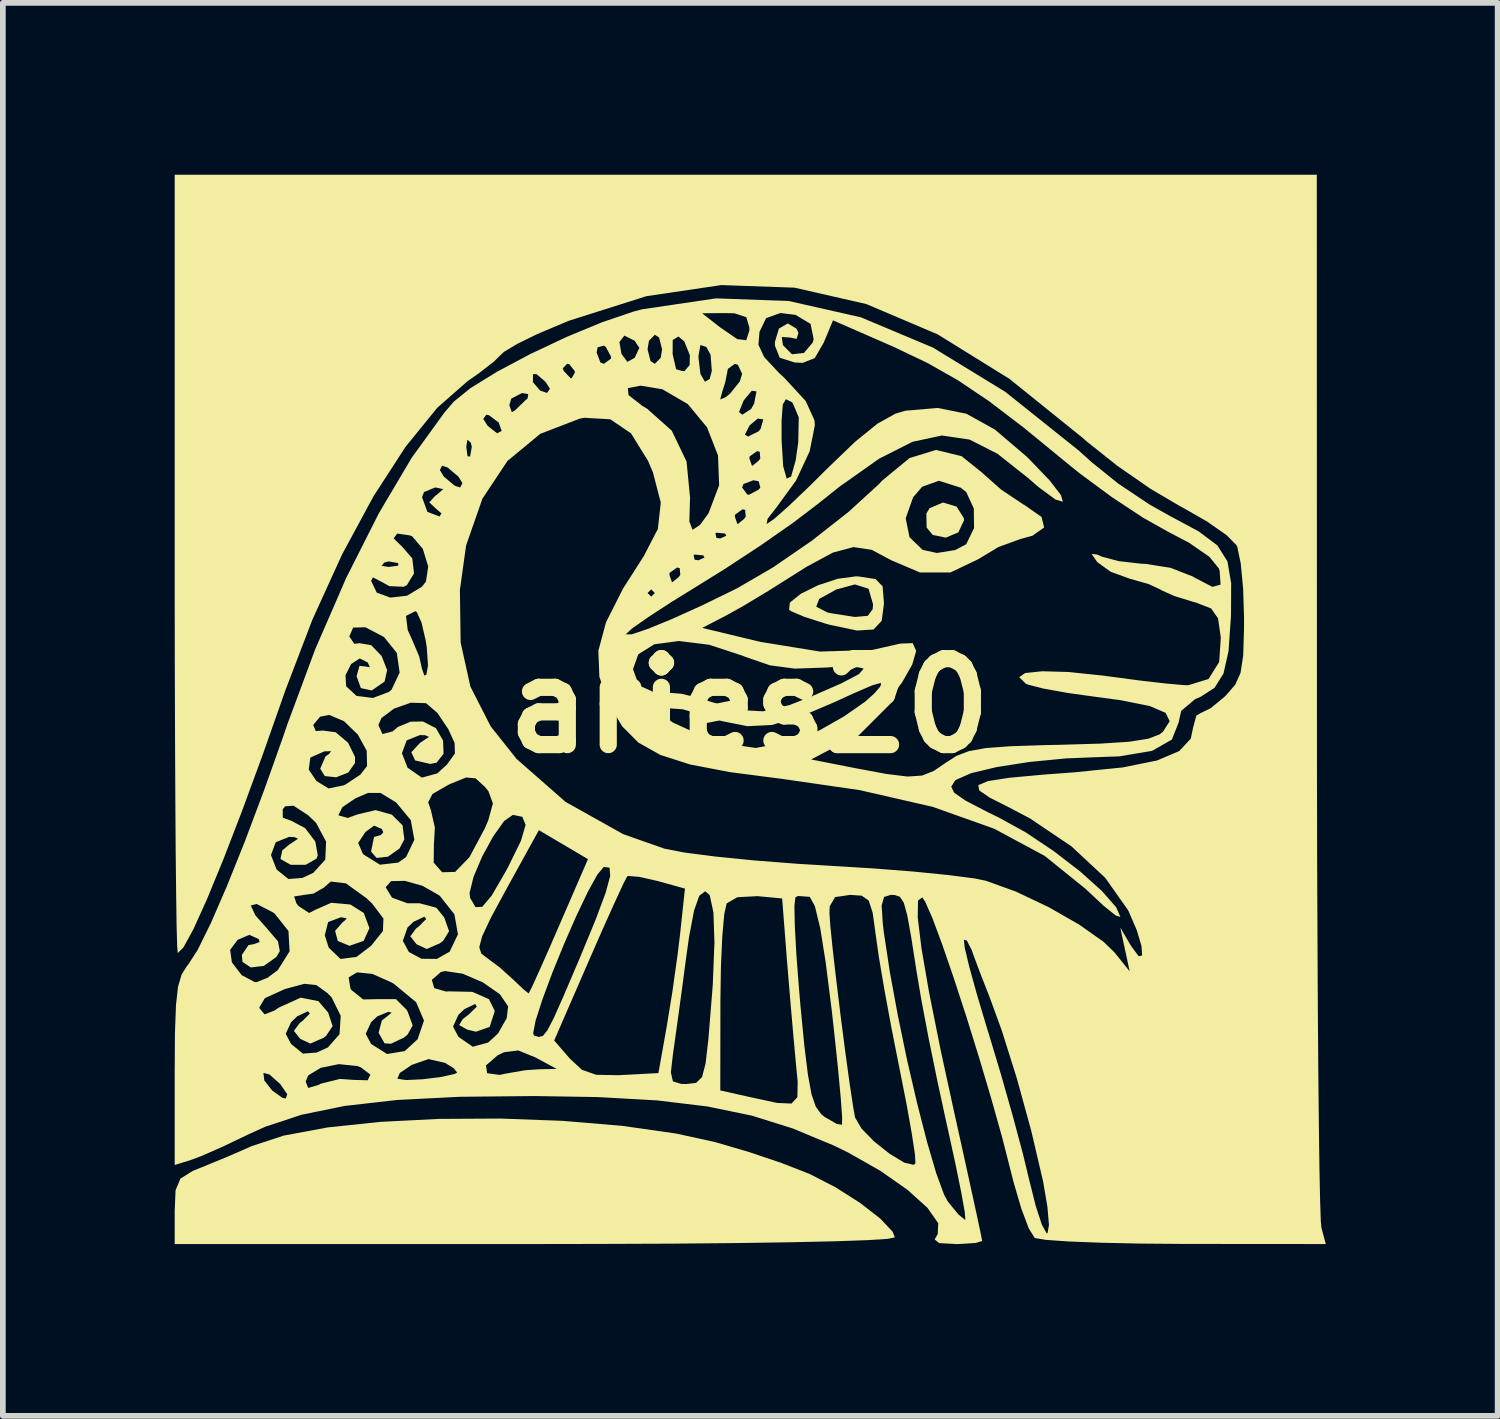
<source format=kicad_pcb>
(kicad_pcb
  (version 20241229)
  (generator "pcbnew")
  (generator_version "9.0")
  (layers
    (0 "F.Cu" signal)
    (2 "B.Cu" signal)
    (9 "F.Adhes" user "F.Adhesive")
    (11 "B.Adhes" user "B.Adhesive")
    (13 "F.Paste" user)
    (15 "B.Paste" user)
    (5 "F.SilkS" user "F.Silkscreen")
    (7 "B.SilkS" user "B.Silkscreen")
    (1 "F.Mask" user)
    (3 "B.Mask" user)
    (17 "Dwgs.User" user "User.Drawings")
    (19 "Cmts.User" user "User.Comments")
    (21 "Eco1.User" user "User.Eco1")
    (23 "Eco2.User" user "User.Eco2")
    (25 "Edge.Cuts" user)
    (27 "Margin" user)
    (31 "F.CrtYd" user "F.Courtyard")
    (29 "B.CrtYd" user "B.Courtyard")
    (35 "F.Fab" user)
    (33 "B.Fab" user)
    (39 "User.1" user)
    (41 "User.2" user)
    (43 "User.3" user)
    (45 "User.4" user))
  (footprint "aries20"
    (layer "F.Cu")
    (at 10.033 9.271)
    (property "Reference" "aries20" (at 0 0 0) (layer "F.SilkS") (effects (font (size 1.5 1.5) (thickness 0.3))))
    (attr board_only exclude_from_pos_files exclude_from_bom)
    (fp_poly (pts (xy 3.617 -3.477) (xy 3.744 -3.275) (xy 3.747 -3.237) (xy 3.648 -3.027) (xy 3.429 -2.935) (xy 3.201 -2.981) (xy 3.094 -3.111) (xy 3.09 -3.356) (xy 3.145 -3.449) (xy 3.38 -3.548)) (stroke (width 0) (type solid)) (fill yes) (layer "F.SilkS"))
    (fp_poly (pts (xy 1.905 -2.257) (xy 2.203 -2.212) (xy 2.326 -2.084) (xy 2.349 -1.791) (xy 2.349 -1.778) (xy 2.31 -1.482) (xy 2.167 -1.331) (xy 1.878 -1.313) (xy 1.403 -1.413) (xy 1.311 -1.439) (xy 0.965 -1.55) (xy 0.731 -1.649) (xy 0.693 -1.676) (xy 0.699 -1.729) (xy 1.167 -1.729) (xy 1.363 -1.628) (xy 1.429 -1.614) (xy 1.843 -1.55) (xy 2.067 -1.57) (xy 2.152 -1.684) (xy 2.159 -1.771) (xy 2.08 -2.043) (xy 1.842 -2.118) (xy 1.516 -2.029) (xy 1.219 -1.865) (xy 1.167 -1.729) (xy 0.699 -1.729) (xy 0.707 -1.801) (xy 0.898 -1.955) (xy 1.2 -2.104) (xy 1.544 -2.217) (xy 1.861 -2.259)) (stroke (width 0) (type solid)) (fill yes) (layer "F.SilkS"))
    (fp_poly (pts (xy -3.261 7.247) (xy -2.223 7.334) (xy -1.278 7.469) (xy -0.602 7.617) (xy -0.02 7.787) (xy 0.57 7.986) (xy 1.04 8.17) (xy 1.049 8.173) (xy 1.502 8.406) (xy 1.933 8.68) (xy 2.285 8.953) (xy 2.5 9.182) (xy 2.54 9.282) (xy 2.416 9.307) (xy 2.057 9.33) (xy 1.481 9.35) (xy 0.706 9.367) (xy -0.248 9.381) (xy -1.363 9.391) (xy -2.621 9.396) (xy -3.747 9.398) (xy -10.033 9.398) (xy -10.033 8.82) (xy -10.018 8.458) (xy -9.933 8.256) (xy -9.722 8.123) (xy -9.557 8.056) (xy -9.133 7.882) (xy -8.733 7.708) (xy -8.7 7.692) (xy -8.132 7.505) (xy -7.364 7.362) (xy -6.444 7.265) (xy -5.42 7.213) (xy -4.343 7.207)) (stroke (width 0) (type solid)) (fill yes) (layer "F.SilkS"))
    (fp_poly (pts (xy 9.908 -0.222) (xy 9.909 1.278) (xy 9.912 2.708) (xy 9.918 4.047) (xy 9.924 5.274) (xy 9.932 6.369) (xy 9.942 7.31) (xy 9.952 8.076) (xy 9.964 8.647) (xy 9.976 9.001) (xy 9.986 9.112) (xy 10.063 9.398) (xy 7.603 9.396) (xy 6.831 9.39) (xy 6.14 9.375) (xy 5.575 9.353) (xy 5.176 9.325) (xy 4.985 9.293) (xy 4.981 9.291) (xy 4.878 9.126) (xy 4.747 8.778) (xy 4.61 8.31) (xy 4.564 8.127) (xy 4.414 7.54) (xy 4.225 6.867) (xy 4.012 6.149) (xy 3.789 5.431) (xy 3.569 4.756) (xy 3.366 4.167) (xy 3.336 4.086) (xy 3.745 4.086) (xy 3.759 4.223) (xy 3.838 4.554) (xy 3.97 5.032) (xy 4.143 5.612) (xy 4.178 5.724) (xy 4.391 6.433) (xy 4.599 7.164) (xy 4.776 7.825) (xy 4.887 8.286) (xy 5 8.736) (xy 5.107 9.062) (xy 5.188 9.208) (xy 5.205 9.209) (xy 5.23 9.064) (xy 5.202 8.74) (xy 5.128 8.307) (xy 5.124 8.289) (xy 4.921 7.422) (xy 4.672 6.515) (xy 4.407 5.672) (xy 4.191 5.08) (xy 4.037 4.687) (xy 3.915 4.361) (xy 3.883 4.268) (xy 3.795 4.098) (xy 3.745 4.086) (xy 3.336 4.086) (xy 3.195 3.707) (xy 3.069 3.421) (xy 3.019 3.347) (xy 2.944 3.401) (xy 2.939 3.697) (xy 3.004 4.232) (xy 3.137 5.004) (xy 3.339 6.011) (xy 3.56 7.027) (xy 3.72 7.749) (xy 3.859 8.383) (xy 3.969 8.886) (xy 4.04 9.22) (xy 4.064 9.344) (xy 3.952 9.379) (xy 3.675 9.397) (xy 3.604 9.398) (xy 3.313 9.381) (xy 3.234 9.317) (xy 3.288 9.224) (xy 3.297 9.034) (xy 3.109 8.766) (xy 2.761 8.452) (xy 2.286 8.119) (xy 1.72 7.798) (xy 1.473 7.678) (xy 0.76 7.381) (xy 0.042 7.156) (xy -0.732 6.996) (xy -1.612 6.89) (xy -2.649 6.832) (xy -3.747 6.814) (xy -5.059 6.827) (xy -6.153 6.883) (xy -7.061 6.986) (xy -7.817 7.14) (xy -8.452 7.35) (xy -8.761 7.49) (xy -9.186 7.694) (xy -9.559 7.858) (xy -9.747 7.929) (xy -10.033 8.018) (xy -10.033 6.41) (xy -8.484 6.41) (xy -8.469 6.541) (xy -8.331 6.718) (xy -8.154 6.844) (xy -8.093 6.858) (xy -8.069 6.781) (xy -8.114 6.716) (xy -0.508 6.716) (xy 0.032 6.837) (xy 0.483 6.934) (xy 0.735 6.945) (xy 0.838 6.834) (xy 0.843 6.562) (xy 0.813 6.255) (xy 0.768 5.763) (xy 0.714 5.143) (xy 0.662 4.518) (xy 0.656 4.445) (xy 0.582 3.494) (xy 0.786 3.494) (xy 0.793 3.846) (xy 0.821 4.356) (xy 0.869 4.976) (xy 0.889 5.21) (xy 0.959 5.932) (xy 1.022 6.443) (xy 1.085 6.784) (xy 1.159 6.999) (xy 1.253 7.13) (xy 1.312 7.178) (xy 1.524 7.3) (xy 1.617 7.315) (xy 1.619 7.181) (xy 1.594 6.838) (xy 1.547 6.332) (xy 1.481 5.707) (xy 1.44 5.336) (xy 1.333 4.486) (xy 1.236 3.879) (xy 1.17 3.608) (xy 1.397 3.608) (xy 1.413 3.847) (xy 1.457 4.274) (xy 1.521 4.826) (xy 1.596 5.439) (xy 1.675 6.049) (xy 1.75 6.595) (xy 1.813 7.011) (xy 1.845 7.189) (xy 1.956 7.38) (xy 2.18 7.609) (xy 2.451 7.824) (xy 2.703 7.976) (xy 2.87 8.015) (xy 2.899 7.989) (xy 2.89 7.83) (xy 2.836 7.474) (xy 2.747 6.972) (xy 2.629 6.375) (xy 2.617 6.315) (xy 2.482 5.634) (xy 2.359 4.968) (xy 2.262 4.396) (xy 2.209 4.025) (xy 2.153 3.617) (xy 2.111 3.487) (xy 2.309 3.487) (xy 2.329 3.806) (xy 2.349 3.969) (xy 2.453 4.653) (xy 2.592 5.408) (xy 2.753 6.185) (xy 2.927 6.935) (xy 3.1 7.609) (xy 3.261 8.159) (xy 3.399 8.536) (xy 3.465 8.657) (xy 3.65 8.882) (xy 3.763 8.974) (xy 3.771 8.972) (xy 3.76 8.839) (xy 3.701 8.507) (xy 3.602 8.021) (xy 3.473 7.429) (xy 3.442 7.291) (xy 3.284 6.561) (xy 3.13 5.809) (xy 3.001 5.127) (xy 2.918 4.636) (xy 2.826 4.045) (xy 2.757 3.661) (xy 2.696 3.439) (xy 2.627 3.335) (xy 2.535 3.304) (xy 2.469 3.302) (xy 2.352 3.338) (xy 2.309 3.487) (xy 2.111 3.487) (xy 2.083 3.401) (xy 1.961 3.316) (xy 1.761 3.302) (xy 1.496 3.341) (xy 1.403 3.5) (xy 1.397 3.608) (xy 1.17 3.608) (xy 1.144 3.501) (xy 1.057 3.341) (xy 1.048 3.336) (xy 0.848 3.321) (xy 0.802 3.347) (xy 0.786 3.494) (xy 0.582 3.494) (xy 0.572 3.365) (xy 0.14 3.324) (xy -0.211 3.343) (xy -0.397 3.451) (xy -0.439 3.638) (xy -0.473 4.023) (xy -0.497 4.55) (xy -0.506 5.163) (xy -0.506 5.168) (xy -0.508 6.716) (xy -8.114 6.716) (xy -8.192 6.603) (xy -8.242 6.559) (xy -7.747 6.559) (xy -7.703 6.673) (xy -7.528 6.622) (xy -7.481 6.598) (xy -7.147 6.515) (xy -6.91 6.532) (xy -6.664 6.539) (xy -6.651 6.511) (xy -6.146 6.511) (xy -5.995 6.535) (xy -5.705 6.521) (xy -5.386 6.482) (xy -5.149 6.429) (xy -5.101 6.406) (xy -5.162 6.328) (xy -5.241 6.279) (xy -4.598 6.279) (xy -4.579 6.415) (xy -4.361 6.445) (xy -4.272 6.426) (xy -3.92 6.364) (xy -3.683 6.347) (xy -3.365 6.34) (xy -3.731 6.142) (xy -4.035 6.018) (xy -4.282 6.049) (xy -4.394 6.102) (xy -4.598 6.279) (xy -5.241 6.279) (xy -5.312 6.235) (xy -5.602 6.169) (xy -5.892 6.269) (xy -6.102 6.41) (xy -6.146 6.511) (xy -6.651 6.511) (xy -6.616 6.44) (xy -6.784 6.313) (xy -6.847 6.29) (xy -7.166 6.257) (xy -7.483 6.321) (xy -7.702 6.454) (xy -7.747 6.559) (xy -8.242 6.559) (xy -8.38 6.437) (xy -8.484 6.41) (xy -10.033 6.41) (xy -10.033 6.398) (xy -10.029 5.711) (xy -10.012 5.266) (xy -8.555 5.266) (xy -8.549 5.286) (xy -8.463 5.388) (xy -8.293 5.322) (xy -8.214 5.269) (xy -7.832 5.096) (xy -7.525 5.157) (xy -7.354 5.356) (xy -7.276 5.593) (xy -7.389 5.763) (xy -7.435 5.798) (xy -7.664 5.898) (xy -7.843 5.815) (xy -7.952 5.676) (xy -7.851 5.54) (xy -7.798 5.499) (xy -7.673 5.373) (xy -7.707 5.334) (xy -7.894 5.422) (xy -8.001 5.524) (xy -8.095 5.728) (xy -8.001 5.905) (xy -7.795 6.073) (xy -7.551 6.054) (xy -7.358 5.965) (xy -7.155 5.734) (xy -7.135 5.413) (xy -7.294 5.091) (xy -7.367 5.016) (xy -7.561 4.876) (xy -7.77 4.855) (xy -8.101 4.944) (xy -8.118 4.95) (xy -8.46 5.106) (xy -8.555 5.266) (xy -10.012 5.266) (xy -10.011 5.229) (xy -9.975 4.906) (xy -9.913 4.694) (xy -9.82 4.545) (xy -9.796 4.517) (xy -9.631 4.261) (xy -9.065 4.261) (xy -9.035 4.48) (xy -8.864 4.703) (xy -8.639 4.823) (xy -8.605 4.826) (xy -8.41 4.748) (xy -8.404 4.743) (xy -6.996 4.743) (xy -6.965 4.937) (xy -6.953 4.958) (xy -6.743 5.127) (xy -6.463 5.122) (xy -6.171 5.122) (xy -5.984 5.308) (xy -5.965 5.342) (xy -5.878 5.582) (xy -5.97 5.745) (xy -6.035 5.796) (xy -6.258 5.901) (xy -6.369 5.894) (xy -6.473 5.711) (xy -6.417 5.496) (xy -6.318 5.418) (xy -6.244 5.358) (xy -6.303 5.344) (xy -6.496 5.423) (xy -6.604 5.524) (xy -6.698 5.728) (xy -6.604 5.905) (xy -6.325 6.08) (xy -6.017 6.029) (xy -5.792 5.822) (xy -5.681 5.496) (xy -5.818 5.176) (xy -6.205 4.856) (xy -6.241 4.834) (xy -6.348 4.786) (xy -5.544 4.786) (xy -5.502 4.93) (xy -5.295 4.99) (xy -5.257 4.986) (xy -4.837 4.995) (xy -4.547 5.122) (xy -4.445 5.329) (xy -4.534 5.607) (xy -4.773 5.691) (xy -4.927 5.654) (xy -5.067 5.575) (xy -5.006 5.473) (xy -4.897 5.388) (xy -4.759 5.254) (xy -4.786 5.207) (xy -4.973 5.295) (xy -5.08 5.397) (xy -5.174 5.601) (xy -5.08 5.779) (xy -4.83 5.953) (xy -4.563 5.881) (xy -4.521 5.844) (xy -3.408 5.844) (xy -3.133 6.162) (xy -2.922 6.357) (xy -2.674 6.443) (xy -2.289 6.45) (xy -2.223 6.447) (xy -1.588 6.413) (xy -1.586 6.401) (xy -1.371 6.401) (xy -1.335 6.558) (xy -1.193 6.602) (xy -1.102 6.604) (xy -0.93 6.584) (xy -0.827 6.484) (xy -0.765 6.247) (xy -0.715 5.815) (xy -0.715 5.81) (xy -0.639 4.87) (xy -0.61 4.131) (xy -0.628 3.605) (xy -0.693 3.306) (xy -0.771 3.239) (xy -0.875 3.318) (xy -0.966 3.575) (xy -1.054 4.041) (xy -1.102 4.381) (xy -1.18 4.97) (xy -1.257 5.532) (xy -1.318 5.969) (xy -1.332 6.064) (xy -1.371 6.401) (xy -1.586 6.401) (xy -1.441 5.588) (xy -1.344 4.99) (xy -1.253 4.342) (xy -1.209 3.977) (xy -1.125 3.192) (xy -1.603 3.06) (xy -1.919 2.988) (xy -2.113 2.972) (xy -2.133 2.979) (xy -2.201 3.109) (xy -2.347 3.425) (xy -2.552 3.88) (xy -2.792 4.427) (xy -2.796 4.437) (xy -3.408 5.844) (xy -4.521 5.844) (xy -4.39 5.724) (xy -4.387 5.719) (xy -3.775 5.719) (xy -3.76 5.757) (xy -3.677 5.782) (xy -3.605 5.764) (xy -3.525 5.665) (xy -3.413 5.448) (xy -3.248 5.077) (xy -3.008 4.515) (xy -2.967 4.419) (xy -2.687 3.741) (xy -2.51 3.267) (xy -2.43 2.971) (xy -2.441 2.828) (xy -2.536 2.814) (xy -2.543 2.816) (xy -2.653 2.946) (xy -2.821 3.25) (xy -3.023 3.674) (xy -3.238 4.165) (xy -3.443 4.669) (xy -3.615 5.132) (xy -3.733 5.5) (xy -3.775 5.719) (xy -4.387 5.719) (xy -4.236 5.453) (xy -4.212 5.248) (xy -4.357 5.036) (xy -4.654 4.829) (xy -5.006 4.678) (xy -5.313 4.632) (xy -5.386 4.649) (xy -5.544 4.786) (xy -6.348 4.786) (xy -6.581 4.682) (xy -6.85 4.655) (xy -6.996 4.743) (xy -8.404 4.743) (xy -8.233 4.616) (xy -8.027 4.287) (xy -8.047 3.933) (xy -8.288 3.629) (xy -8.322 3.605) (xy -8.601 3.461) (xy -8.705 3.487) (xy -8.624 3.66) (xy -8.442 3.865) (xy -8.23 4.113) (xy -8.198 4.284) (xy -8.259 4.387) (xy -8.477 4.542) (xy -8.704 4.569) (xy -8.85 4.472) (xy -8.86 4.35) (xy -8.745 4.179) (xy -8.651 4.162) (xy -8.55 4.125) (xy -8.567 4.073) (xy -8.729 4) (xy -8.935 4.087) (xy -9.065 4.261) (xy -9.631 4.261) (xy -9.629 4.256) (xy -9.399 3.789) (xy -9.2 3.33) (xy -7.949 3.33) (xy -7.906 3.453) (xy -7.87 3.498) (xy -7.686 3.618) (xy -7.575 3.561) (xy -7.299 3.44) (xy -6.966 3.47) (xy -6.732 3.618) (xy -6.633 3.883) (xy -6.734 4.105) (xy -6.981 4.191) (xy -7.186 4.107) (xy -7.233 3.93) (xy -7.095 3.773) (xy -7.08 3.767) (xy -7.028 3.711) (xy -7.133 3.693) (xy -7.354 3.776) (xy -7.413 4.007) (xy -7.344 4.223) (xy -7.138 4.421) (xy -6.859 4.385) (xy -6.604 4.191) (xy -6.398 3.933) (xy -6.389 3.714) (xy -6.584 3.457) (xy -6.686 3.359) (xy -6.951 3.168) (xy -6.35 3.168) (xy -6.24 3.35) (xy -5.968 3.449) (xy -5.755 3.449) (xy -5.465 3.526) (xy -5.327 3.697) (xy -5.243 3.936) (xy -5.344 4.101) (xy -5.403 4.147) (xy -5.632 4.247) (xy -5.811 4.164) (xy -5.92 4.025) (xy -5.819 3.889) (xy -5.766 3.848) (xy -5.641 3.722) (xy -5.675 3.683) (xy -5.862 3.771) (xy -5.969 3.873) (xy -6.05 4.104) (xy -5.945 4.299) (xy -5.724 4.417) (xy -5.456 4.42) (xy -5.232 4.293) (xy -5.196 4.216) (xy -4.716 4.216) (xy -4.68 4.327) (xy -4.611 4.381) (xy -4.36 4.567) (xy -4.136 4.769) (xy -3.942 4.953) (xy -3.853 5.023) (xy -3.797 4.912) (xy -3.663 4.617) (xy -3.473 4.188) (xy -3.325 3.847) (xy -2.818 2.678) (xy -3.247 2.425) (xy -3.675 2.172) (xy -4.249 3.213) (xy -4.515 3.705) (xy -4.665 4.024) (xy -4.716 4.216) (xy -5.196 4.216) (xy -5.088 3.991) (xy -5.15 3.641) (xy -5.403 3.321) (xy -5.415 3.311) (xy -5.491 3.267) (xy -4.885 3.267) (xy -4.877 3.353) (xy -4.781 3.516) (xy -4.664 3.51) (xy -4.499 3.315) (xy -4.264 2.91) (xy -4.211 2.813) (xy -3.988 2.358) (xy -3.907 2.079) (xy -3.964 1.939) (xy -4.128 1.905) (xy -4.281 2.012) (xy -4.473 2.281) (xy -4.665 2.632) (xy -4.816 2.988) (xy -4.885 3.267) (xy -5.491 3.267) (xy -5.707 3.144) (xy -6.014 3.057) (xy -6.255 3.062) (xy -6.35 3.168) (xy -6.951 3.168) (xy -7.043 3.101) (xy -7.308 3.069) (xy -7.429 3.175) (xy -7.608 3.279) (xy -7.77 3.302) (xy -7.949 3.33) (xy -9.2 3.33) (xy -9.121 3.148) (xy -8.904 2.607) (xy -8.352 2.607) (xy -8.254 2.859) (xy -8.048 3.025) (xy -7.803 3.006) (xy -7.612 2.917) (xy -7.404 2.686) (xy -7.39 2.372) (xy -7.564 2.046) (xy -7.705 1.91) (xy -7.711 1.907) (xy -7.173 1.907) (xy -7.169 1.915) (xy -7.01 1.959) (xy -6.845 1.898) (xy -6.526 1.822) (xy -6.242 1.901) (xy -6.055 2.088) (xy -6.024 2.333) (xy -6.109 2.493) (xy -6.309 2.635) (xy -6.508 2.657) (xy -6.604 2.548) (xy -6.604 2.54) (xy -6.553 2.292) (xy -6.436 2.257) (xy -6.391 2.21) (xy -6.419 2.15) (xy -6.552 2.093) (xy -6.703 2.204) (xy -6.83 2.395) (xy -6.749 2.582) (xy -6.736 2.597) (xy -6.45 2.775) (xy -6.132 2.739) (xy -5.994 2.642) (xy -5.849 2.34) (xy -5.912 1.996) (xy -6.166 1.69) (xy -6.173 1.685) (xy -5.608 1.685) (xy -5.56 1.825) (xy -5.491 2.125) (xy -5.508 2.424) (xy -5.511 2.739) (xy -5.364 2.907) (xy -5.137 2.901) (xy -4.888 2.645) (xy -4.619 2.141) (xy -4.558 1.998) (xy -4.478 1.706) (xy -4.557 1.49) (xy -4.622 1.412) (xy -4.781 1.267) (xy -4.946 1.253) (xy -5.22 1.364) (xy -5.259 1.383) (xy -5.533 1.541) (xy -5.608 1.685) (xy -6.173 1.685) (xy -6.179 1.681) (xy -6.441 1.522) (xy -6.659 1.522) (xy -6.879 1.617) (xy -7.107 1.772) (xy -7.173 1.907) (xy -7.711 1.907) (xy -7.959 1.745) (xy -8.105 1.756) (xy -8.147 1.806) (xy -8.146 1.954) (xy -7.997 2.009) (xy -7.755 2.137) (xy -7.578 2.372) (xy -7.535 2.612) (xy -7.558 2.67) (xy -7.746 2.777) (xy -8.008 2.777) (xy -8.187 2.675) (xy -8.154 2.525) (xy -8.035 2.425) (xy -7.879 2.322) (xy -7.945 2.293) (xy -8.037 2.29) (xy -8.269 2.383) (xy -8.352 2.607) (xy -8.904 2.607) (xy -8.808 2.368) (xy -8.476 1.484) (xy -8.344 1.115) (xy -7.693 1.115) (xy -7.558 1.314) (xy -7.347 1.444) (xy -7.085 1.39) (xy -7.051 1.375) (xy -6.793 1.204) (xy -6.675 1.053) (xy -6.681 0.786) (xy -6.836 0.503) (xy -7.007 0.338) (xy -6.477 0.338) (xy -6.406 0.494) (xy -6.227 0.448) (xy -6.136 0.37) (xy -5.912 0.278) (xy -5.698 0.275) (xy -5.472 0.392) (xy -5.348 0.608) (xy -5.339 0.838) (xy -5.46 0.993) (xy -5.572 1.016) (xy -5.835 0.955) (xy -5.902 0.812) (xy -5.749 0.647) (xy -5.593 0.544) (xy -5.659 0.515) (xy -5.751 0.512) (xy -5.983 0.605) (xy -6.066 0.829) (xy -5.968 1.081) (xy -5.718 1.255) (xy -5.449 1.181) (xy -5.281 1.028) (xy -5.142 0.836) (xy -5.146 0.65) (xy -5.257 0.408) (xy -5.448 0.124) (xy -5.642 -0.042) (xy -5.648 -0.045) (xy -5.91 -0.053) (xy -6.204 0.05) (xy -6.424 0.215) (xy -6.477 0.338) (xy -7.007 0.338) (xy -7.076 0.271) (xy -7.335 0.16) (xy -7.496 0.192) (xy -7.615 0.336) (xy -7.57 0.442) (xy -7.446 0.433) (xy -7.222 0.463) (xy -7.006 0.646) (xy -6.885 0.893) (xy -6.885 1) (xy -7.004 1.167) (xy -7.214 1.249) (xy -7.412 1.228) (xy -7.493 1.099) (xy -7.4 0.885) (xy -7.334 0.838) (xy -7.303 0.793) (xy -7.419 0.796) (xy -7.665 0.905) (xy -7.693 1.115) (xy -8.344 1.115) (xy -8.137 0.531) (xy -8.064 0.318) (xy -7.748 -0.533) (xy -7.051 -0.533) (xy -7.04 -0.34) (xy -6.859 -0.172) (xy -6.572 -0.136) (xy -6.293 -0.241) (xy -6.248 -0.279) (xy -6.106 -0.579) (xy -6.155 -0.922) (xy -6.378 -1.199) (xy -6.704 -1.37) (xy -6.918 -1.364) (xy -6.985 -1.21) (xy -6.898 -1.081) (xy -6.808 -1.092) (xy -6.603 -1.058) (xy -6.421 -0.869) (xy -6.324 -0.622) (xy -6.369 -0.421) (xy -6.593 -0.267) (xy -6.783 -0.308) (xy -6.858 -0.515) (xy -6.807 -0.696) (xy -6.711 -0.686) (xy -6.625 -0.671) (xy -6.663 -0.755) (xy -6.802 -0.826) (xy -6.953 -0.728) (xy -7.051 -0.533) (xy -7.748 -0.533) (xy -7.58 -0.987) (xy -7.327 -1.568) (xy -5.995 -1.568) (xy -5.965 -1.321) (xy -5.894 -1.166) (xy -5.765 -0.862) (xy -5.716 -0.646) (xy -5.675 -0.527) (xy -5.639 -0.542) (xy -5.611 -0.704) (xy -5.632 -1.016) (xy -5.65 -1.134) (xy -5.725 -1.455) (xy -5.807 -1.636) (xy -5.832 -1.651) (xy -5.995 -1.568) (xy -7.327 -1.568) (xy -7.061 -2.181) (xy -6.604 -2.181) (xy -6.506 -1.975) (xy -6.268 -1.888) (xy -5.977 -1.921) (xy -5.719 -2.076) (xy -5.647 -2.167) (xy -5.607 -2.432) (xy -5.702 -2.74) (xy -5.886 -2.956) (xy -5.923 -2.973) (xy -6.149 -3.006) (xy -6.211 -2.921) (xy -6.064 -2.779) (xy -6.063 -2.778) (xy -5.885 -2.572) (xy -5.855 -2.311) (xy -5.979 -2.106) (xy -6.034 -2.077) (xy -6.285 -2.088) (xy -6.415 -2.16) (xy -6.573 -2.241) (xy -6.604 -2.181) (xy -7.061 -2.181) (xy -7.042 -2.226) (xy -6.932 -2.443) (xy -6.422 -2.443) (xy -6.297 -2.423) (xy -6.132 -2.446) (xy -6.13 -2.49) (xy -6.3 -2.52) (xy -6.374 -2.5) (xy -6.422 -2.443) (xy -6.932 -2.443) (xy -6.471 -3.356) (xy -6.303 -3.641) (xy -5.715 -3.641) (xy -5.621 -3.384) (xy -5.408 -3.304) (xy -5.376 -3.358) (xy -5.461 -3.431) (xy -5.588 -3.55) (xy -5.486 -3.664) (xy -5.461 -3.681) (xy -5.344 -3.781) (xy -5.463 -3.808) (xy -5.493 -3.808) (xy -5.681 -3.73) (xy -5.715 -3.641) (xy -6.303 -3.641) (xy -6.022 -4.115) (xy -5.404 -4.115) (xy -5.334 -4) (xy -5.143 -3.84) (xy -5.049 -3.81) (xy -5.01 -3.886) (xy -5.08 -4) (xy -5.271 -4.161) (xy -5.365 -4.191) (xy -5.404 -4.115) (xy -6.022 -4.115) (xy -5.891 -4.336) (xy -5.758 -4.519) (xy -4.943 -4.519) (xy -4.92 -4.354) (xy -4.876 -4.352) (xy -4.846 -4.522) (xy -4.866 -4.596) (xy -4.923 -4.644) (xy -4.943 -4.519) (xy -5.758 -4.519) (xy -5.405 -5.007) (xy -4.646 -5.007) (xy -4.569 -4.886) (xy -4.404 -4.757) (xy -4.325 -4.797) (xy -4.376 -4.945) (xy -4.549 -5.073) (xy -4.595 -5.08) (xy -4.646 -5.007) (xy -5.405 -5.007) (xy -5.323 -5.12) (xy -5.212 -5.249) (xy -4.191 -5.249) (xy -4.148 -5.125) (xy -4.096 -5.153) (xy -3.904 -5.339) (xy -3.873 -5.362) (xy -3.861 -5.441) (xy -3.969 -5.459) (xy -4.157 -5.362) (xy -4.191 -5.249) (xy -5.212 -5.249) (xy -5.162 -5.308) (xy -4.871 -5.544) (xy -4.701 -5.649) (xy -3.78 -5.649) (xy -3.652 -5.502) (xy -3.533 -5.461) (xy -3.482 -5.534) (xy -3.489 -5.545) (xy -2.122 -5.545) (xy -2.11 -5.423) (xy -1.867 -5.234) (xy -1.786 -5.186) (xy -1.355 -4.802) (xy -1.097 -4.264) (xy -1.035 -3.626) (xy -1.037 -3.604) (xy -1.048 -3.217) (xy -0.992 -3.071) (xy -0.861 -3.158) (xy -0.756 -3.302) (xy -0.254 -3.302) (xy -0.211 -3.178) (xy -0.198 -3.175) (xy -0.09 -3.264) (xy -0.064 -3.302) (xy -0.074 -3.419) (xy -0.12 -3.429) (xy -0.249 -3.337) (xy -0.254 -3.302) (xy -0.756 -3.302) (xy -0.713 -3.361) (xy -0.543 -3.81) (xy -0.127 -3.81) (xy -0.036 -3.687) (xy -0.007 -3.683) (xy 0.165 -3.775) (xy 0.191 -3.81) (xy 0.162 -3.919) (xy 0.071 -3.937) (xy -0.103 -3.871) (xy -0.127 -3.81) (xy -0.543 -3.81) (xy -0.528 -3.85) (xy -0.546 -4.318) (xy 0 -4.318) (xy 0.043 -4.194) (xy 0.056 -4.191) (xy 0.164 -4.28) (xy 0.191 -4.318) (xy 0.18 -4.435) (xy 0.134 -4.445) (xy 0.005 -4.353) (xy 0 -4.318) (xy -0.546 -4.318) (xy -0.548 -4.369) (xy -0.653 -4.639) (xy 0.562 -4.639) (xy 0.59 -4.18) (xy 0.651 -3.966) (xy 0.728 -4) (xy 0.808 -4.283) (xy 0.853 -4.598) (xy 0.862 -5.034) (xy 0.758 -5.282) (xy 0.735 -5.304) (xy 0.637 -5.351) (xy 0.583 -5.259) (xy 0.562 -4.986) (xy 0.562 -4.639) (xy -0.653 -4.639) (xy -0.69 -4.733) (xy -0.079 -4.733) (xy -0.023 -4.699) (xy 0.163 -4.792) (xy 0.196 -4.834) (xy 0.243 -5) (xy 0.145 -5.013) (xy 0.003 -4.893) (xy -0.079 -4.733) (xy -0.69 -4.733) (xy -0.74 -4.861) (xy -0.961 -5.128) (xy -0.181 -5.128) (xy -0.124 -5.08) (xy 0.031 -5.182) (xy 0.083 -5.276) (xy 0.124 -5.488) (xy 0.041 -5.499) (xy -0.101 -5.328) (xy -0.181 -5.128) (xy -0.961 -5.128) (xy -1.074 -5.266) (xy -1.213 -5.347) (xy -0.51 -5.347) (xy -0.416 -5.386) (xy -0.341 -5.445) (xy -0.167 -5.661) (xy -0.127 -5.794) (xy -0.201 -5.953) (xy -0.254 -5.969) (xy -0.377 -5.88) (xy -0.381 -5.852) (xy -0.422 -5.644) (xy -0.468 -5.503) (xy -0.51 -5.347) (xy -1.213 -5.347) (xy -1.519 -5.525) (xy -1.899 -5.588) (xy -2.122 -5.545) (xy -3.489 -5.545) (xy -3.559 -5.655) (xy -3.714 -5.788) (xy -3.777 -5.79) (xy -3.78 -5.649) (xy -4.701 -5.649) (xy -4.403 -5.833) (xy -4.293 -5.891) (xy -3.258 -5.891) (xy -3.239 -5.842) (xy -3.124 -5.721) (xy -3.104 -5.715) (xy -3.049 -5.813) (xy -3.048 -5.842) (xy -3.146 -5.964) (xy -3.182 -5.969) (xy -3.258 -5.891) (xy -4.293 -5.891) (xy -3.821 -6.142) (xy -3.767 -6.167) (xy -2.667 -6.167) (xy -2.601 -5.993) (xy -2.54 -5.969) (xy -2.417 -6.06) (xy -2.413 -6.089) (xy -2.505 -6.261) (xy -2.54 -6.287) (xy -2.649 -6.258) (xy -2.667 -6.167) (xy -3.767 -6.167) (xy -3.377 -6.351) (xy -2.269 -6.351) (xy -2.234 -6.144) (xy -2.13 -6.003) (xy -2.002 -6.075) (xy -1.933 -6.223) (xy -1.778 -6.223) (xy -1.725 -6.017) (xy -1.651 -5.969) (xy -1.548 -6.075) (xy -1.538 -6.137) (xy -1.34 -6.137) (xy -1.279 -5.874) (xy -1.169 -5.843) (xy -1.134 -5.842) (xy -1.043 -5.947) (xy -1.04 -6.079) (xy -0.889 -6.079) (xy -0.855 -5.794) (xy -0.777 -5.656) (xy -0.694 -5.703) (xy -0.656 -5.845) (xy -0.678 -6.128) (xy -0.751 -6.263) (xy -0.855 -6.298) (xy -0.889 -6.106) (xy -0.889 -6.079) (xy -1.04 -6.079) (xy -1.039 -6.118) (xy -1.136 -6.361) (xy -1.239 -6.446) (xy -1.339 -6.385) (xy -1.34 -6.137) (xy -1.538 -6.137) (xy -1.524 -6.223) (xy -1.577 -6.429) (xy -1.651 -6.477) (xy -1.754 -6.371) (xy -1.778 -6.223) (xy -1.933 -6.223) (xy -1.921 -6.248) (xy -2.004 -6.373) (xy -2.182 -6.462) (xy -2.269 -6.351) (xy -3.377 -6.351) (xy -3.188 -6.44) (xy -2.567 -6.697) (xy -2.11 -6.852) (xy -0.826 -6.852) (xy -0.508 -6.604) (xy -0.212 -6.401) (xy -0.055 -6.381) (xy -0.001 -6.547) (xy 0 -6.604) (xy -0.054 -6.784) (xy -0.259 -6.851) (xy -0.413 -6.855) (xy -0.826 -6.852) (xy -2.11 -6.852) (xy -2.023 -6.882) (xy -1.874 -6.921) (xy -0.582 -7.112) (xy 0.688 -7.066) (xy 1.947 -6.781) (xy 3.204 -6.253) (xy 4.468 -5.48) (xy 5.748 -4.457) (xy 5.985 -4.244) (xy 6.439 -3.879) (xy 6.981 -3.516) (xy 7.326 -3.322) (xy 7.844 -3.044) (xy 8.171 -2.799) (xy 8.346 -2.52) (xy 8.411 -2.138) (xy 8.408 -1.586) (xy 8.406 -1.543) (xy 8.365 -0.953) (xy 8.277 -0.562) (xy 8.121 -0.313) (xy 7.871 -0.152) (xy 7.784 -0.117) (xy 7.539 0.089) (xy 7.493 0.294) (xy 7.376 0.591) (xy 7.03 0.788) (xy 6.458 0.884) (xy 6.185 0.893) (xy 5.534 0.919) (xy 4.892 0.981) (xy 4.316 1.071) (xy 3.868 1.178) (xy 3.607 1.294) (xy 3.59 1.308) (xy 3.524 1.412) (xy 3.574 1.518) (xy 3.773 1.656) (xy 4.158 1.856) (xy 4.359 1.954) (xy 4.828 2.213) (xy 5.315 2.539) (xy 5.773 2.892) (xy 6.151 3.231) (xy 6.402 3.516) (xy 6.477 3.687) (xy 6.396 3.662) (xy 6.184 3.492) (xy 5.885 3.212) (xy 5.874 3.201) (xy 5.158 2.623) (xy 4.274 2.147) (xy 3.203 1.766) (xy 1.925 1.473) (xy 0.572 1.277) (xy -0.34 1.159) (xy -1.037 1.025) (xy -1.556 0.858) (xy -1.938 0.643) (xy -2.219 0.361) (xy -2.377 0.099) (xy -1.529 0.099) (xy -1.441 0.223) (xy -1.332 0.295) (xy -0.59 0.635) (xy 0.112 0.737) (xy 0.816 0.604) (xy 1.231 0.426) (xy 1.654 0.185) (xy 2.022 -0.072) (xy 2.179 -0.212) (xy 2.297 -0.349) (xy 2.295 -0.399) (xy 2.144 -0.356) (xy 1.813 -0.213) (xy 1.494 -0.067) (xy 0.874 0.198) (xy 0.39 0.336) (xy -0.036 0.357) (xy -0.483 0.268) (xy -0.791 0.167) (xy -1.165 0.062) (xy -1.424 0.043) (xy -1.529 0.099) (xy -2.377 0.099) (xy -2.439 -0.004) (xy -2.46 -0.047) (xy -2.619 -0.505) (xy -2.624 -0.638) (xy -2.032 -0.638) (xy -1.929 -0.355) (xy -1.647 -0.228) (xy -1.46 -0.231) (xy -1.183 -0.209) (xy -0.806 -0.114) (xy -0.699 -0.077) (xy -0.192 0.074) (xy 0.236 0.097) (xy 0.697 -0.011) (xy 1.056 -0.15) (xy 1.602 -0.389) (xy 1.913 -0.552) (xy 1.995 -0.649) (xy 1.851 -0.688) (xy 1.488 -0.678) (xy 1.345 -0.667) (xy 0.791 -0.648) (xy 0.357 -0.706) (xy -0.086 -0.859) (xy -0.115 -0.872) (xy -0.703 -1.065) (xy -1.232 -1.13) (xy -1.659 -1.073) (xy -1.94 -0.898) (xy -2.032 -0.638) (xy -2.624 -0.638) (xy -2.637 -0.959) (xy -2.56 -1.246) (xy -2.159 -1.246) (xy -2.053 -1.247) (xy -1.766 -1.344) (xy -1.343 -1.518) (xy -0.83 -1.75) (xy -0.272 -2.022) (xy -0.208 -2.054) (xy 0.412 -2.415) (xy 1.09 -2.881) (xy 1.588 -3.272) (xy 2.729 -3.272) (xy 2.795 -2.943) (xy 3.025 -2.721) (xy 3.273 -2.667) (xy 3.592 -2.718) (xy 3.785 -2.819) (xy 3.922 -3.101) (xy 3.918 -3.444) (xy 3.786 -3.73) (xy 3.691 -3.806) (xy 3.31 -3.928) (xy 3.016 -3.823) (xy 2.857 -3.637) (xy 2.729 -3.272) (xy 1.588 -3.272) (xy 1.734 -3.387) (xy 2.255 -3.863) (xy 2.319 -3.931) (xy 2.796 -4.324) (xy 3.259 -4.466) (xy 3.704 -4.357) (xy 4.046 -4.083) (xy 4.397 -3.772) (xy 4.784 -3.514) (xy 4.804 -3.504) (xy 5.101 -3.295) (xy 5.146 -3.112) (xy 4.941 -2.968) (xy 4.733 -2.911) (xy 4.348 -2.771) (xy 3.995 -2.558) (xy 3.511 -2.327) (xy 2.977 -2.327) (xy 2.477 -2.54) (xy 2.136 -2.722) (xy 1.818 -2.77) (xy 1.459 -2.674) (xy 0.995 -2.424) (xy 0.785 -2.291) (xy 0.33 -2.005) (xy -0.103 -1.744) (xy -0.408 -1.574) (xy -0.823 -1.359) (xy 0.192 -1.115) (xy 1.233 -0.946) (xy 2.144 -0.974) (xy 2.635 -1.085) (xy 2.851 -1.093) (xy 2.912 -0.958) (xy 2.842 -0.717) (xy 2.665 -0.406) (xy 2.405 -0.064) (xy 2.086 0.273) (xy 1.732 0.567) (xy 1.467 0.733) (xy 1.079 0.938) (xy 1.841 1.088) (xy 2.392 1.191) (xy 2.761 1.236) (xy 3.015 1.219) (xy 3.221 1.137) (xy 3.435 0.991) (xy 3.62 0.873) (xy 3.834 0.792) (xy 4.127 0.739) (xy 4.554 0.707) (xy 5.165 0.687) (xy 5.418 0.682) (xy 6.133 0.661) (xy 6.634 0.628) (xy 6.963 0.576) (xy 7.16 0.501) (xy 7.221 0.453) (xy 7.338 0.27) (xy 7.267 0.124) (xy 6.989 0.005) (xy 6.486 -0.096) (xy 6.078 -0.151) (xy 5.565 -0.222) (xy 5.137 -0.299) (xy 4.866 -0.368) (xy 4.826 -0.385) (xy 4.71 -0.498) (xy 4.815 -0.571) (xy 5.113 -0.602) (xy 5.573 -0.589) (xy 6.167 -0.527) (xy 6.273 -0.513) (xy 6.812 -0.441) (xy 7.274 -0.388) (xy 7.588 -0.36) (xy 7.662 -0.358) (xy 8.016 -0.467) (xy 8.202 -0.764) (xy 8.23 -1.188) (xy 8.182 -1.525) (xy 8.06 -1.699) (xy 7.793 -1.802) (xy 7.747 -1.814) (xy 7.415 -1.917) (xy 7.19 -2.018) (xy 7.176 -2.029) (xy 6.969 -2.125) (xy 6.649 -2.215) (xy 6.645 -2.216) (xy 6.307 -2.339) (xy 6.073 -2.508) (xy 5.975 -2.651) (xy 6.069 -2.64) (xy 6.16 -2.601) (xy 6.452 -2.524) (xy 6.847 -2.479) (xy 6.921 -2.476) (xy 7.353 -2.408) (xy 7.742 -2.256) (xy 7.783 -2.231) (xy 8.085 -2.075) (xy 8.226 -2.115) (xy 8.21 -2.352) (xy 8.196 -2.397) (xy 8.032 -2.599) (xy 7.68 -2.843) (xy 7.328 -3.028) (xy 6.876 -3.281) (xy 6.326 -3.644) (xy 5.768 -4.056) (xy 5.524 -4.253) (xy 4.79 -4.855) (xy 4.181 -5.319) (xy 3.641 -5.682) (xy 3.113 -5.982) (xy 2.539 -6.256) (xy 2.417 -6.31) (xy 1.46 -6.728) (xy 1.298 -6.34) (xy 1.141 -6.069) (xy 0.93 -5.986) (xy 0.79 -5.993) (xy 0.53 -6.075) (xy 0.446 -6.285) (xy 0.445 -6.35) (xy 0.516 -6.585) (xy 0.671 -6.674) (xy 0.823 -6.582) (xy 0.857 -6.509) (xy 0.824 -6.405) (xy 0.708 -6.428) (xy 0.565 -6.438) (xy 0.586 -6.294) (xy 0.744 -6.136) (xy 0.952 -6.159) (xy 1.106 -6.341) (xy 1.122 -6.4) (xy 1.068 -6.666) (xy 0.806 -6.824) (xy 0.542 -6.856) (xy 0.292 -6.767) (xy 0.176 -6.527) (xy 0.158 -6.302) (xy 0.258 -6.088) (xy 0.514 -5.813) (xy 0.618 -5.716) (xy 0.984 -5.319) (xy 1.136 -4.983) (xy 1.143 -4.898) (xy 1.053 -4.444) (xy 0.814 -3.931) (xy 0.474 -3.464) (xy 0.471 -3.461) (xy 0.318 -3.264) (xy 0.301 -3.175) (xy 0.306 -3.175) (xy 0.43 -3.26) (xy 0.689 -3.489) (xy 1.042 -3.826) (xy 1.339 -4.121) (xy 1.845 -4.608) (xy 2.236 -4.925) (xy 2.552 -5.1) (xy 2.725 -5.151) (xy 3.289 -5.199) (xy 3.789 -5.098) (xy 4.286 -4.822) (xy 4.84 -4.35) (xy 4.881 -4.31) (xy 5.242 -3.934) (xy 5.439 -3.678) (xy 5.473 -3.561) (xy 5.346 -3.599) (xy 5.059 -3.809) (xy 4.858 -3.982) (xy 4.33 -4.4) (xy 3.843 -4.647) (xy 3.361 -4.718) (xy 2.848 -4.608) (xy 2.265 -4.313) (xy 1.578 -3.828) (xy 1.189 -3.518) (xy 0.763 -3.194) (xy 0.2 -2.801) (xy -0.418 -2.395) (xy -0.857 -2.122) (xy -1.362 -1.81) (xy -1.775 -1.541) (xy -2.055 -1.344) (xy -2.159 -1.247) (xy -2.159 -1.246) (xy -2.56 -1.246) (xy -2.503 -1.457) (xy -2.245 -1.968) (xy -1.778 -1.968) (xy -1.714 -1.905) (xy -1.651 -1.968) (xy -1.714 -2.032) (xy -1.778 -1.968) (xy -2.245 -1.968) (xy -2.206 -2.046) (xy -2.052 -2.286) (xy -1.397 -2.286) (xy -1.354 -2.162) (xy -1.341 -2.159) (xy -1.233 -2.248) (xy -1.206 -2.286) (xy -1.217 -2.403) (xy -1.263 -2.413) (xy -1.392 -2.321) (xy -1.397 -2.286) (xy -2.052 -2.286) (xy -1.843 -2.614) (xy -1.837 -2.625) (xy -0.974 -2.625) (xy -0.956 -2.549) (xy -0.889 -2.54) (xy -0.784 -2.586) (xy -0.804 -2.625) (xy -0.955 -2.64) (xy -0.974 -2.625) (xy -1.837 -2.625) (xy -1.64 -3.006) (xy -0.593 -3.006) (xy -0.575 -2.93) (xy -0.508 -2.921) (xy -0.403 -2.967) (xy -0.423 -3.006) (xy -0.574 -3.021) (xy -0.593 -3.006) (xy -1.64 -3.006) (xy -1.598 -3.085) (xy -1.547 -3.546) (xy -1.684 -4.075) (xy -1.77 -4.276) (xy -2.067 -4.756) (xy -2.429 -5.001) (xy -2.882 -5.027) (xy -2.96 -5.013) (xy -3.651 -4.747) (xy -4.224 -4.273) (xy -4.661 -3.615) (xy -4.946 -2.797) (xy -5.054 -2.021) (xy -5.041 -1.103) (xy -4.87 -0.333) (xy -4.517 0.359) (xy -4.065 0.928) (xy -3.21 1.678) (xy -2.205 2.241) (xy -1.48 2.496) (xy -1.133 2.563) (xy -0.59 2.633) (xy 0.09 2.701) (xy 0.849 2.76) (xy 1.397 2.793) (xy 2.163 2.84) (xy 2.877 2.896) (xy 3.484 2.957) (xy 3.932 3.015) (xy 4.128 3.055) (xy 4.654 3.245) (xy 5.223 3.515) (xy 5.758 3.821) (xy 6.183 4.121) (xy 6.376 4.308) (xy 6.639 4.636) (xy 6.557 4.255) (xy 6.475 3.873) (xy 6.662 4.191) (xy 6.797 4.374) (xy 6.857 4.36) (xy 6.845 4.194) (xy 6.765 3.923) (xy 6.621 3.589) (xy 6.608 3.565) (xy 6.212 3.004) (xy 5.623 2.455) (xy 4.897 1.966) (xy 4.532 1.774) (xy 4.199 1.606) (xy 4.014 1.48) (xy 3.996 1.387) (xy 4.163 1.316) (xy 4.534 1.258) (xy 5.127 1.203) (xy 5.689 1.161) (xy 6.518 1.077) (xy 7.116 0.956) (xy 7.505 0.791) (xy 7.706 0.574) (xy 7.747 0.378) (xy 7.803 0.173) (xy 7.88 0.127) (xy 8.052 0.044) (xy 8.296 -0.157) (xy 8.324 -0.185) (xy 8.482 -0.368) (xy 8.575 -0.575) (xy 8.621 -0.875) (xy 8.635 -1.338) (xy 8.636 -1.527) (xy 8.62 -2.043) (xy 8.578 -2.484) (xy 8.519 -2.769) (xy 8.504 -2.803) (xy 8.33 -2.979) (xy 7.994 -3.214) (xy 7.566 -3.459) (xy 7.52 -3.483) (xy 7.005 -3.786) (xy 6.423 -4.189) (xy 5.889 -4.614) (xy 5.814 -4.68) (xy 4.541 -5.706) (xy 3.288 -6.483) (xy 2.041 -7.013) (xy 0.787 -7.299) (xy -0.489 -7.344) (xy -1.799 -7.15) (xy -3.158 -6.719) (xy -3.705 -6.488) (xy -4.051 -6.318) (xy -4.285 -6.178) (xy -4.34 -6.126) (xy -4.461 -6.007) (xy -4.725 -5.803) (xy -4.922 -5.665) (xy -5.45 -5.201) (xy -6.003 -4.52) (xy -6.564 -3.654) (xy -7.113 -2.637) (xy -7.63 -1.501) (xy -8.097 -0.279) (xy -8.106 -0.254) (xy -8.493 0.845) (xy -8.855 1.831) (xy -9.184 2.684) (xy -9.471 3.381) (xy -9.706 3.9) (xy -9.881 4.22) (xy -9.98 4.318) (xy -9.99 4.195) (xy -10 3.841) (xy -10.008 3.28) (xy -10.016 2.534) (xy -10.022 1.627) (xy -10.027 0.583) (xy -10.031 -0.576) (xy -10.033 -1.826) (xy -10.033 -2.477) (xy -10.033 -9.271) (xy -0.064 -9.271) (xy 9.906 -9.271)) (stroke (width 0) (type solid)) (fill yes) (layer "F.SilkS")))
  (gr_rect
    (start -3 -3)
    (end 23.096 21.669)
    (stroke (width 0.1) (type default))
    (fill no)
    (layer "Edge.Cuts")))
</source>
